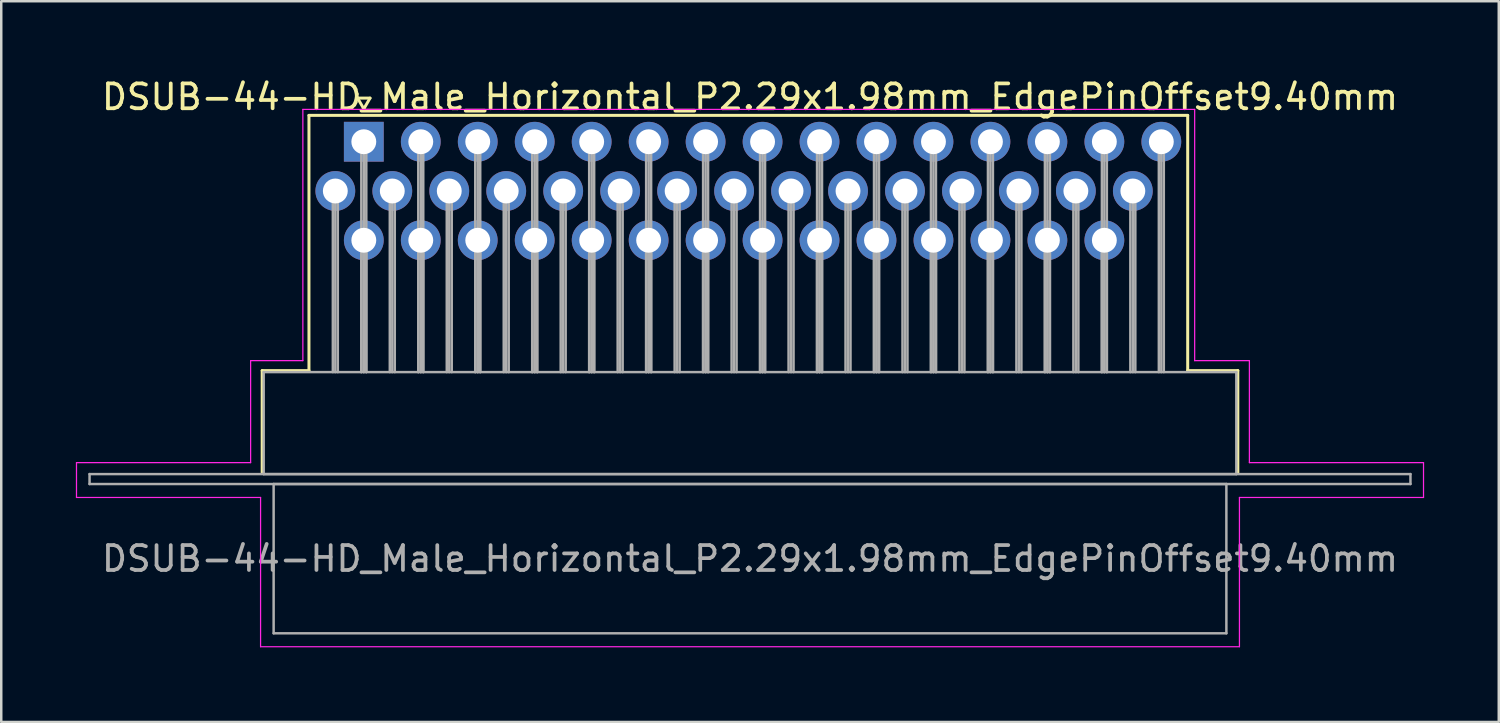
<source format=kicad_pcb>
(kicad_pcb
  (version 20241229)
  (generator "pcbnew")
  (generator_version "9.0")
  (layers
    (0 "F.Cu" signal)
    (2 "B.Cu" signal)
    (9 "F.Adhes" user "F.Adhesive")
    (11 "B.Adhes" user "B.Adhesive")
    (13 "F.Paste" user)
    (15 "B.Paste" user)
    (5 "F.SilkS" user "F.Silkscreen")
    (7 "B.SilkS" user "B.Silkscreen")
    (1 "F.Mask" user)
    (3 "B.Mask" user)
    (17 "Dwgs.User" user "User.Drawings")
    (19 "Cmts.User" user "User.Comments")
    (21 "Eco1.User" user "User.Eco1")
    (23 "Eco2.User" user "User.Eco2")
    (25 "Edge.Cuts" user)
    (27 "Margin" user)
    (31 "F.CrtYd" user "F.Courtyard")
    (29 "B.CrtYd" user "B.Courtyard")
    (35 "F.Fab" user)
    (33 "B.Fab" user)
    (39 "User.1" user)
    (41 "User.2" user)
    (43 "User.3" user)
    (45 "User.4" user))
  (footprint "DSUB-44-HD_Male_Horizontal_P2.29x1.98mm_EdgePinOffset9.40mm"
    (layer "F.Cu")
    (at 11.575 2.648)
    (property "Reference" "DSUB-44-HD_Male_Horizontal_P2.29x1.98mm_EdgePinOffset9.40mm" (at 15.525 -1.8 0) (layer "F.SilkS") (effects (font (size 1 1) (thickness 0.15))))
    (attr through_hole)
    (fp_line (start -4.085 9.2) (end -2.205 9.2) (stroke (width 0.12) (type solid)) (layer "F.SilkS"))
    (fp_line (start -4.085 13.3) (end -4.085 9.2) (stroke (width 0.12) (type solid)) (layer "F.SilkS"))
    (fp_line (start -2.205 -1.06) (end 33.12 -1.06) (stroke (width 0.12) (type solid)) (layer "F.SilkS"))
    (fp_line (start -2.205 9.2) (end -2.205 -1.06) (stroke (width 0.12) (type solid)) (layer "F.SilkS"))
    (fp_line (start -0.25 -1.754) (end 0.25 -1.754) (stroke (width 0.12) (type solid)) (layer "F.SilkS"))
    (fp_line (start 0 -1.321) (end -0.25 -1.754) (stroke (width 0.12) (type solid)) (layer "F.SilkS"))
    (fp_line (start 0.25 -1.754) (end 0 -1.321) (stroke (width 0.12) (type solid)) (layer "F.SilkS"))
    (fp_line (start 33.12 -1.06) (end 33.12 9.2) (stroke (width 0.12) (type solid)) (layer "F.SilkS"))
    (fp_line (start 33.12 9.2) (end 35.135 9.2) (stroke (width 0.12) (type solid)) (layer "F.SilkS"))
    (fp_line (start 35.135 9.2) (end 35.135 13.3) (stroke (width 0.12) (type solid)) (layer "F.SilkS"))
    (fp_line (start -11.55 12.9) (end -4.55 12.9) (stroke (width 0.05) (type solid)) (layer "F.CrtYd"))
    (fp_line (start -11.55 14.3) (end -11.55 12.9) (stroke (width 0.05) (type solid)) (layer "F.CrtYd"))
    (fp_line (start -4.55 8.8) (end -2.45 8.8) (stroke (width 0.05) (type solid)) (layer "F.CrtYd"))
    (fp_line (start -4.55 12.9) (end -4.55 8.8) (stroke (width 0.05) (type solid)) (layer "F.CrtYd"))
    (fp_line (start -4.15 14.3) (end -11.55 14.3) (stroke (width 0.05) (type solid)) (layer "F.CrtYd"))
    (fp_line (start -4.15 20.3) (end -4.15 14.3) (stroke (width 0.05) (type solid)) (layer "F.CrtYd"))
    (fp_line (start -2.45 -1.3) (end 33.4 -1.3) (stroke (width 0.05) (type solid)) (layer "F.CrtYd"))
    (fp_line (start -2.45 8.8) (end -2.45 -1.3) (stroke (width 0.05) (type solid)) (layer "F.CrtYd"))
    (fp_line (start 33.4 -1.3) (end 33.4 8.8) (stroke (width 0.05) (type solid)) (layer "F.CrtYd"))
    (fp_line (start 33.4 8.8) (end 35.6 8.8) (stroke (width 0.05) (type solid)) (layer "F.CrtYd"))
    (fp_line (start 35.2 14.3) (end 35.2 20.3) (stroke (width 0.05) (type solid)) (layer "F.CrtYd"))
    (fp_line (start 35.2 20.3) (end -4.15 20.3) (stroke (width 0.05) (type solid)) (layer "F.CrtYd"))
    (fp_line (start 35.6 8.8) (end 35.6 12.9) (stroke (width 0.05) (type solid)) (layer "F.CrtYd"))
    (fp_line (start 35.6 12.9) (end 42.6 12.9) (stroke (width 0.05) (type solid)) (layer "F.CrtYd"))
    (fp_line (start 42.6 12.9) (end 42.6 14.3) (stroke (width 0.05) (type solid)) (layer "F.CrtYd"))
    (fp_line (start 42.6 14.3) (end 35.2 14.3) (stroke (width 0.05) (type solid)) (layer "F.CrtYd"))
    (fp_line (start -11.025 13.36) (end -11.025 13.76) (stroke (width 0.1) (type solid)) (layer "F.Fab"))
    (fp_line (start -11.025 13.76) (end 42.075 13.76) (stroke (width 0.1) (type solid)) (layer "F.Fab"))
    (fp_line (start -4.025 9.26) (end -4.025 13.36) (stroke (width 0.1) (type solid)) (layer "F.Fab"))
    (fp_line (start -4.025 13.36) (end 35.075 13.36) (stroke (width 0.1) (type solid)) (layer "F.Fab"))
    (fp_line (start -3.625 13.76) (end -3.625 19.76) (stroke (width 0.1) (type solid)) (layer "F.Fab"))
    (fp_line (start -3.625 19.76) (end 34.675 19.76) (stroke (width 0.1) (type solid)) (layer "F.Fab"))
    (fp_line (start -1.245 1.98) (end -1.245 9.26) (stroke (width 0.1) (type solid)) (layer "F.Fab"))
    (fp_line (start -1.145 1.98) (end -1.145 9.26) (stroke (width 0.1) (type solid)) (layer "F.Fab"))
    (fp_line (start -1.045 1.98) (end -1.045 9.26) (stroke (width 0.1) (type solid)) (layer "F.Fab"))
    (fp_line (start -0.1 0) (end -0.1 9.26) (stroke (width 0.1) (type solid)) (layer "F.Fab"))
    (fp_line (start -0.1 3.96) (end -0.1 9.26) (stroke (width 0.1) (type solid)) (layer "F.Fab"))
    (fp_line (start 0 0) (end 0 9.26) (stroke (width 0.1) (type solid)) (layer "F.Fab"))
    (fp_line (start 0 3.96) (end 0 9.26) (stroke (width 0.1) (type solid)) (layer "F.Fab"))
    (fp_line (start 0.1 0) (end 0.1 9.26) (stroke (width 0.1) (type solid)) (layer "F.Fab"))
    (fp_line (start 0.1 3.96) (end 0.1 9.26) (stroke (width 0.1) (type solid)) (layer "F.Fab"))
    (fp_line (start 1.045 1.98) (end 1.045 9.26) (stroke (width 0.1) (type solid)) (layer "F.Fab"))
    (fp_line (start 1.145 1.98) (end 1.145 9.26) (stroke (width 0.1) (type solid)) (layer "F.Fab"))
    (fp_line (start 1.245 1.98) (end 1.245 9.26) (stroke (width 0.1) (type solid)) (layer "F.Fab"))
    (fp_line (start 2.19 0) (end 2.19 9.26) (stroke (width 0.1) (type solid)) (layer "F.Fab"))
    (fp_line (start 2.19 3.96) (end 2.19 9.26) (stroke (width 0.1) (type solid)) (layer "F.Fab"))
    (fp_line (start 2.29 0) (end 2.29 9.26) (stroke (width 0.1) (type solid)) (layer "F.Fab"))
    (fp_line (start 2.29 3.96) (end 2.29 9.26) (stroke (width 0.1) (type solid)) (layer "F.Fab"))
    (fp_line (start 2.39 0) (end 2.39 9.26) (stroke (width 0.1) (type solid)) (layer "F.Fab"))
    (fp_line (start 2.39 3.96) (end 2.39 9.26) (stroke (width 0.1) (type solid)) (layer "F.Fab"))
    (fp_line (start 3.335 1.98) (end 3.335 9.26) (stroke (width 0.1) (type solid)) (layer "F.Fab"))
    (fp_line (start 3.435 1.98) (end 3.435 9.26) (stroke (width 0.1) (type solid)) (layer "F.Fab"))
    (fp_line (start 3.535 1.98) (end 3.535 9.26) (stroke (width 0.1) (type solid)) (layer "F.Fab"))
    (fp_line (start 4.48 0) (end 4.48 9.26) (stroke (width 0.1) (type solid)) (layer "F.Fab"))
    (fp_line (start 4.48 3.96) (end 4.48 9.26) (stroke (width 0.1) (type solid)) (layer "F.Fab"))
    (fp_line (start 4.58 0) (end 4.58 9.26) (stroke (width 0.1) (type solid)) (layer "F.Fab"))
    (fp_line (start 4.58 3.96) (end 4.58 9.26) (stroke (width 0.1) (type solid)) (layer "F.Fab"))
    (fp_line (start 4.68 0) (end 4.68 9.26) (stroke (width 0.1) (type solid)) (layer "F.Fab"))
    (fp_line (start 4.68 3.96) (end 4.68 9.26) (stroke (width 0.1) (type solid)) (layer "F.Fab"))
    (fp_line (start 5.625 1.98) (end 5.625 9.26) (stroke (width 0.1) (type solid)) (layer "F.Fab"))
    (fp_line (start 5.725 1.98) (end 5.725 9.26) (stroke (width 0.1) (type solid)) (layer "F.Fab"))
    (fp_line (start 5.825 1.98) (end 5.825 9.26) (stroke (width 0.1) (type solid)) (layer "F.Fab"))
    (fp_line (start 6.77 0) (end 6.77 9.26) (stroke (width 0.1) (type solid)) (layer "F.Fab"))
    (fp_line (start 6.77 3.96) (end 6.77 9.26) (stroke (width 0.1) (type solid)) (layer "F.Fab"))
    (fp_line (start 6.87 0) (end 6.87 9.26) (stroke (width 0.1) (type solid)) (layer "F.Fab"))
    (fp_line (start 6.87 3.96) (end 6.87 9.26) (stroke (width 0.1) (type solid)) (layer "F.Fab"))
    (fp_line (start 6.97 0) (end 6.97 9.26) (stroke (width 0.1) (type solid)) (layer "F.Fab"))
    (fp_line (start 6.97 3.96) (end 6.97 9.26) (stroke (width 0.1) (type solid)) (layer "F.Fab"))
    (fp_line (start 7.915 1.98) (end 7.915 9.26) (stroke (width 0.1) (type solid)) (layer "F.Fab"))
    (fp_line (start 8.015 1.98) (end 8.015 9.26) (stroke (width 0.1) (type solid)) (layer "F.Fab"))
    (fp_line (start 8.115 1.98) (end 8.115 9.26) (stroke (width 0.1) (type solid)) (layer "F.Fab"))
    (fp_line (start 9.06 0) (end 9.06 9.26) (stroke (width 0.1) (type solid)) (layer "F.Fab"))
    (fp_line (start 9.06 3.96) (end 9.06 9.26) (stroke (width 0.1) (type solid)) (layer "F.Fab"))
    (fp_line (start 9.16 0) (end 9.16 9.26) (stroke (width 0.1) (type solid)) (layer "F.Fab"))
    (fp_line (start 9.16 3.96) (end 9.16 9.26) (stroke (width 0.1) (type solid)) (layer "F.Fab"))
    (fp_line (start 9.26 0) (end 9.26 9.26) (stroke (width 0.1) (type solid)) (layer "F.Fab"))
    (fp_line (start 9.26 3.96) (end 9.26 9.26) (stroke (width 0.1) (type solid)) (layer "F.Fab"))
    (fp_line (start 10.205 1.98) (end 10.205 9.26) (stroke (width 0.1) (type solid)) (layer "F.Fab"))
    (fp_line (start 10.305 1.98) (end 10.305 9.26) (stroke (width 0.1) (type solid)) (layer "F.Fab"))
    (fp_line (start 10.405 1.98) (end 10.405 9.26) (stroke (width 0.1) (type solid)) (layer "F.Fab"))
    (fp_line (start 11.35 0) (end 11.35 9.26) (stroke (width 0.1) (type solid)) (layer "F.Fab"))
    (fp_line (start 11.35 3.96) (end 11.35 9.26) (stroke (width 0.1) (type solid)) (layer "F.Fab"))
    (fp_line (start 11.45 0) (end 11.45 9.26) (stroke (width 0.1) (type solid)) (layer "F.Fab"))
    (fp_line (start 11.45 3.96) (end 11.45 9.26) (stroke (width 0.1) (type solid)) (layer "F.Fab"))
    (fp_line (start 11.55 0) (end 11.55 9.26) (stroke (width 0.1) (type solid)) (layer "F.Fab"))
    (fp_line (start 11.55 3.96) (end 11.55 9.26) (stroke (width 0.1) (type solid)) (layer "F.Fab"))
    (fp_line (start 12.495 1.98) (end 12.495 9.26) (stroke (width 0.1) (type solid)) (layer "F.Fab"))
    (fp_line (start 12.595 1.98) (end 12.595 9.26) (stroke (width 0.1) (type solid)) (layer "F.Fab"))
    (fp_line (start 12.695 1.98) (end 12.695 9.26) (stroke (width 0.1) (type solid)) (layer "F.Fab"))
    (fp_line (start 13.64 0) (end 13.64 9.26) (stroke (width 0.1) (type solid)) (layer "F.Fab"))
    (fp_line (start 13.64 3.96) (end 13.64 9.26) (stroke (width 0.1) (type solid)) (layer "F.Fab"))
    (fp_line (start 13.74 0) (end 13.74 9.26) (stroke (width 0.1) (type solid)) (layer "F.Fab"))
    (fp_line (start 13.74 3.96) (end 13.74 9.26) (stroke (width 0.1) (type solid)) (layer "F.Fab"))
    (fp_line (start 13.84 0) (end 13.84 9.26) (stroke (width 0.1) (type solid)) (layer "F.Fab"))
    (fp_line (start 13.84 3.96) (end 13.84 9.26) (stroke (width 0.1) (type solid)) (layer "F.Fab"))
    (fp_line (start 14.785 1.98) (end 14.785 9.26) (stroke (width 0.1) (type solid)) (layer "F.Fab"))
    (fp_line (start 14.885 1.98) (end 14.885 9.26) (stroke (width 0.1) (type solid)) (layer "F.Fab"))
    (fp_line (start 14.985 1.98) (end 14.985 9.26) (stroke (width 0.1) (type solid)) (layer "F.Fab"))
    (fp_line (start 15.93 0) (end 15.93 9.26) (stroke (width 0.1) (type solid)) (layer "F.Fab"))
    (fp_line (start 15.93 3.96) (end 15.93 9.26) (stroke (width 0.1) (type solid)) (layer "F.Fab"))
    (fp_line (start 16.03 0) (end 16.03 9.26) (stroke (width 0.1) (type solid)) (layer "F.Fab"))
    (fp_line (start 16.03 3.96) (end 16.03 9.26) (stroke (width 0.1) (type solid)) (layer "F.Fab"))
    (fp_line (start 16.13 0) (end 16.13 9.26) (stroke (width 0.1) (type solid)) (layer "F.Fab"))
    (fp_line (start 16.13 3.96) (end 16.13 9.26) (stroke (width 0.1) (type solid)) (layer "F.Fab"))
    (fp_line (start 17.075 1.98) (end 17.075 9.26) (stroke (width 0.1) (type solid)) (layer "F.Fab"))
    (fp_line (start 17.175 1.98) (end 17.175 9.26) (stroke (width 0.1) (type solid)) (layer "F.Fab"))
    (fp_line (start 17.275 1.98) (end 17.275 9.26) (stroke (width 0.1) (type solid)) (layer "F.Fab"))
    (fp_line (start 18.22 0) (end 18.22 9.26) (stroke (width 0.1) (type solid)) (layer "F.Fab"))
    (fp_line (start 18.22 3.96) (end 18.22 9.26) (stroke (width 0.1) (type solid)) (layer "F.Fab"))
    (fp_line (start 18.32 0) (end 18.32 9.26) (stroke (width 0.1) (type solid)) (layer "F.Fab"))
    (fp_line (start 18.32 3.96) (end 18.32 9.26) (stroke (width 0.1) (type solid)) (layer "F.Fab"))
    (fp_line (start 18.42 0) (end 18.42 9.26) (stroke (width 0.1) (type solid)) (layer "F.Fab"))
    (fp_line (start 18.42 3.96) (end 18.42 9.26) (stroke (width 0.1) (type solid)) (layer "F.Fab"))
    (fp_line (start 19.365 1.98) (end 19.365 9.26) (stroke (width 0.1) (type solid)) (layer "F.Fab"))
    (fp_line (start 19.465 1.98) (end 19.465 9.26) (stroke (width 0.1) (type solid)) (layer "F.Fab"))
    (fp_line (start 19.565 1.98) (end 19.565 9.26) (stroke (width 0.1) (type solid)) (layer "F.Fab"))
    (fp_line (start 20.51 0) (end 20.51 9.26) (stroke (width 0.1) (type solid)) (layer "F.Fab"))
    (fp_line (start 20.51 3.96) (end 20.51 9.26) (stroke (width 0.1) (type solid)) (layer "F.Fab"))
    (fp_line (start 20.61 0) (end 20.61 9.26) (stroke (width 0.1) (type solid)) (layer "F.Fab"))
    (fp_line (start 20.61 3.96) (end 20.61 9.26) (stroke (width 0.1) (type solid)) (layer "F.Fab"))
    (fp_line (start 20.71 0) (end 20.71 9.26) (stroke (width 0.1) (type solid)) (layer "F.Fab"))
    (fp_line (start 20.71 3.96) (end 20.71 9.26) (stroke (width 0.1) (type solid)) (layer "F.Fab"))
    (fp_line (start 21.655 1.98) (end 21.655 9.26) (stroke (width 0.1) (type solid)) (layer "F.Fab"))
    (fp_line (start 21.755 1.98) (end 21.755 9.26) (stroke (width 0.1) (type solid)) (layer "F.Fab"))
    (fp_line (start 21.855 1.98) (end 21.855 9.26) (stroke (width 0.1) (type solid)) (layer "F.Fab"))
    (fp_line (start 22.8 0) (end 22.8 9.26) (stroke (width 0.1) (type solid)) (layer "F.Fab"))
    (fp_line (start 22.8 3.96) (end 22.8 9.26) (stroke (width 0.1) (type solid)) (layer "F.Fab"))
    (fp_line (start 22.9 0) (end 22.9 9.26) (stroke (width 0.1) (type solid)) (layer "F.Fab"))
    (fp_line (start 22.9 3.96) (end 22.9 9.26) (stroke (width 0.1) (type solid)) (layer "F.Fab"))
    (fp_line (start 23 0) (end 23 9.26) (stroke (width 0.1) (type solid)) (layer "F.Fab"))
    (fp_line (start 23 3.96) (end 23 9.26) (stroke (width 0.1) (type solid)) (layer "F.Fab"))
    (fp_line (start 23.945 1.98) (end 23.945 9.26) (stroke (width 0.1) (type solid)) (layer "F.Fab"))
    (fp_line (start 24.045 1.98) (end 24.045 9.26) (stroke (width 0.1) (type solid)) (layer "F.Fab"))
    (fp_line (start 24.145 1.98) (end 24.145 9.26) (stroke (width 0.1) (type solid)) (layer "F.Fab"))
    (fp_line (start 25.09 0) (end 25.09 9.26) (stroke (width 0.1) (type solid)) (layer "F.Fab"))
    (fp_line (start 25.09 3.96) (end 25.09 9.26) (stroke (width 0.1) (type solid)) (layer "F.Fab"))
    (fp_line (start 25.19 0) (end 25.19 9.26) (stroke (width 0.1) (type solid)) (layer "F.Fab"))
    (fp_line (start 25.19 3.96) (end 25.19 9.26) (stroke (width 0.1) (type solid)) (layer "F.Fab"))
    (fp_line (start 25.29 0) (end 25.29 9.26) (stroke (width 0.1) (type solid)) (layer "F.Fab"))
    (fp_line (start 25.29 3.96) (end 25.29 9.26) (stroke (width 0.1) (type solid)) (layer "F.Fab"))
    (fp_line (start 26.235 1.98) (end 26.235 9.26) (stroke (width 0.1) (type solid)) (layer "F.Fab"))
    (fp_line (start 26.335 1.98) (end 26.335 9.26) (stroke (width 0.1) (type solid)) (layer "F.Fab"))
    (fp_line (start 26.435 1.98) (end 26.435 9.26) (stroke (width 0.1) (type solid)) (layer "F.Fab"))
    (fp_line (start 27.38 0) (end 27.38 9.26) (stroke (width 0.1) (type solid)) (layer "F.Fab"))
    (fp_line (start 27.38 3.96) (end 27.38 9.26) (stroke (width 0.1) (type solid)) (layer "F.Fab"))
    (fp_line (start 27.48 0) (end 27.48 9.26) (stroke (width 0.1) (type solid)) (layer "F.Fab"))
    (fp_line (start 27.48 3.96) (end 27.48 9.26) (stroke (width 0.1) (type solid)) (layer "F.Fab"))
    (fp_line (start 27.58 0) (end 27.58 9.26) (stroke (width 0.1) (type solid)) (layer "F.Fab"))
    (fp_line (start 27.58 3.96) (end 27.58 9.26) (stroke (width 0.1) (type solid)) (layer "F.Fab"))
    (fp_line (start 28.525 1.98) (end 28.525 9.26) (stroke (width 0.1) (type solid)) (layer "F.Fab"))
    (fp_line (start 28.625 1.98) (end 28.625 9.26) (stroke (width 0.1) (type solid)) (layer "F.Fab"))
    (fp_line (start 28.725 1.98) (end 28.725 9.26) (stroke (width 0.1) (type solid)) (layer "F.Fab"))
    (fp_line (start 29.67 0) (end 29.67 9.26) (stroke (width 0.1) (type solid)) (layer "F.Fab"))
    (fp_line (start 29.67 3.96) (end 29.67 9.26) (stroke (width 0.1) (type solid)) (layer "F.Fab"))
    (fp_line (start 29.77 0) (end 29.77 9.26) (stroke (width 0.1) (type solid)) (layer "F.Fab"))
    (fp_line (start 29.77 3.96) (end 29.77 9.26) (stroke (width 0.1) (type solid)) (layer "F.Fab"))
    (fp_line (start 29.87 0) (end 29.87 9.26) (stroke (width 0.1) (type solid)) (layer "F.Fab"))
    (fp_line (start 29.87 3.96) (end 29.87 9.26) (stroke (width 0.1) (type solid)) (layer "F.Fab"))
    (fp_line (start 30.815 1.98) (end 30.815 9.26) (stroke (width 0.1) (type solid)) (layer "F.Fab"))
    (fp_line (start 30.915 1.98) (end 30.915 9.26) (stroke (width 0.1) (type solid)) (layer "F.Fab"))
    (fp_line (start 31.015 1.98) (end 31.015 9.26) (stroke (width 0.1) (type solid)) (layer "F.Fab"))
    (fp_line (start 31.96 0) (end 31.96 9.26) (stroke (width 0.1) (type solid)) (layer "F.Fab"))
    (fp_line (start 32.06 0) (end 32.06 9.26) (stroke (width 0.1) (type solid)) (layer "F.Fab"))
    (fp_line (start 32.16 0) (end 32.16 9.26) (stroke (width 0.1) (type solid)) (layer "F.Fab"))
    (fp_line (start 34.675 13.76) (end -3.625 13.76) (stroke (width 0.1) (type solid)) (layer "F.Fab"))
    (fp_line (start 34.675 19.76) (end 34.675 13.76) (stroke (width 0.1) (type solid)) (layer "F.Fab"))
    (fp_line (start 35.075 9.26) (end -4.025 9.26) (stroke (width 0.1) (type solid)) (layer "F.Fab"))
    (fp_line (start 35.075 13.36) (end 35.075 9.26) (stroke (width 0.1) (type solid)) (layer "F.Fab"))
    (fp_line (start 42.075 13.36) (end -11.025 13.36) (stroke (width 0.1) (type solid)) (layer "F.Fab"))
    (fp_line (start 42.075 13.76) (end 42.075 13.36) (stroke (width 0.1) (type solid)) (layer "F.Fab"))
    (fp_text user "${REFERENCE}" (at 15.525 16.76 0) (layer "F.Fab") (effects (font (size 1 1) (thickness 0.15))))
    (pad "1" thru_hole rect (at 0 0) (size 1.6 1.6) (drill 1) (layers "*.Cu" "*.Mask"))
    (pad "2" thru_hole circle (at 2.29 0) (size 1.6 1.6) (drill 1) (layers "*.Cu" "*.Mask"))
    (pad "3" thru_hole circle (at 4.58 0) (size 1.6 1.6) (drill 1) (layers "*.Cu" "*.Mask"))
    (pad "4" thru_hole circle (at 6.87 0) (size 1.6 1.6) (drill 1) (layers "*.Cu" "*.Mask"))
    (pad "5" thru_hole circle (at 9.16 0) (size 1.6 1.6) (drill 1) (layers "*.Cu" "*.Mask"))
    (pad "6" thru_hole circle (at 11.45 0) (size 1.6 1.6) (drill 1) (layers "*.Cu" "*.Mask"))
    (pad "7" thru_hole circle (at 13.74 0) (size 1.6 1.6) (drill 1) (layers "*.Cu" "*.Mask"))
    (pad "8" thru_hole circle (at 16.03 0) (size 1.6 1.6) (drill 1) (layers "*.Cu" "*.Mask"))
    (pad "9" thru_hole circle (at 18.32 0) (size 1.6 1.6) (drill 1) (layers "*.Cu" "*.Mask"))
    (pad "10" thru_hole circle (at 20.61 0) (size 1.6 1.6) (drill 1) (layers "*.Cu" "*.Mask"))
    (pad "11" thru_hole circle (at 22.9 0) (size 1.6 1.6) (drill 1) (layers "*.Cu" "*.Mask"))
    (pad "12" thru_hole circle (at 25.19 0) (size 1.6 1.6) (drill 1) (layers "*.Cu" "*.Mask"))
    (pad "13" thru_hole circle (at 27.48 0) (size 1.6 1.6) (drill 1) (layers "*.Cu" "*.Mask"))
    (pad "14" thru_hole circle (at 29.77 0) (size 1.6 1.6) (drill 1) (layers "*.Cu" "*.Mask"))
    (pad "15" thru_hole circle (at 32.06 0) (size 1.6 1.6) (drill 1) (layers "*.Cu" "*.Mask"))
    (pad "16" thru_hole circle (at -1.145 1.98) (size 1.6 1.6) (drill 1) (layers "*.Cu" "*.Mask"))
    (pad "17" thru_hole circle (at 1.145 1.98) (size 1.6 1.6) (drill 1) (layers "*.Cu" "*.Mask"))
    (pad "18" thru_hole circle (at 3.435 1.98) (size 1.6 1.6) (drill 1) (layers "*.Cu" "*.Mask"))
    (pad "19" thru_hole circle (at 5.725 1.98) (size 1.6 1.6) (drill 1) (layers "*.Cu" "*.Mask"))
    (pad "20" thru_hole circle (at 8.015 1.98) (size 1.6 1.6) (drill 1) (layers "*.Cu" "*.Mask"))
    (pad "21" thru_hole circle (at 10.305 1.98) (size 1.6 1.6) (drill 1) (layers "*.Cu" "*.Mask"))
    (pad "22" thru_hole circle (at 12.595 1.98) (size 1.6 1.6) (drill 1) (layers "*.Cu" "*.Mask"))
    (pad "23" thru_hole circle (at 14.885 1.98) (size 1.6 1.6) (drill 1) (layers "*.Cu" "*.Mask"))
    (pad "24" thru_hole circle (at 17.175 1.98) (size 1.6 1.6) (drill 1) (layers "*.Cu" "*.Mask"))
    (pad "25" thru_hole circle (at 19.465 1.98) (size 1.6 1.6) (drill 1) (layers "*.Cu" "*.Mask"))
    (pad "26" thru_hole circle (at 21.755 1.98) (size 1.6 1.6) (drill 1) (layers "*.Cu" "*.Mask"))
    (pad "27" thru_hole circle (at 24.045 1.98) (size 1.6 1.6) (drill 1) (layers "*.Cu" "*.Mask"))
    (pad "28" thru_hole circle (at 26.335 1.98) (size 1.6 1.6) (drill 1) (layers "*.Cu" "*.Mask"))
    (pad "29" thru_hole circle (at 28.625 1.98) (size 1.6 1.6) (drill 1) (layers "*.Cu" "*.Mask"))
    (pad "30" thru_hole circle (at 30.915 1.98) (size 1.6 1.6) (drill 1) (layers "*.Cu" "*.Mask"))
    (pad "31" thru_hole circle (at 0 3.96) (size 1.6 1.6) (drill 1) (layers "*.Cu" "*.Mask"))
    (pad "32" thru_hole circle (at 2.29 3.96) (size 1.6 1.6) (drill 1) (layers "*.Cu" "*.Mask"))
    (pad "33" thru_hole circle (at 4.58 3.96) (size 1.6 1.6) (drill 1) (layers "*.Cu" "*.Mask"))
    (pad "34" thru_hole circle (at 6.87 3.96) (size 1.6 1.6) (drill 1) (layers "*.Cu" "*.Mask"))
    (pad "35" thru_hole circle (at 9.16 3.96) (size 1.6 1.6) (drill 1) (layers "*.Cu" "*.Mask"))
    (pad "36" thru_hole circle (at 11.45 3.96) (size 1.6 1.6) (drill 1) (layers "*.Cu" "*.Mask"))
    (pad "37" thru_hole circle (at 13.74 3.96) (size 1.6 1.6) (drill 1) (layers "*.Cu" "*.Mask"))
    (pad "38" thru_hole circle (at 16.03 3.96) (size 1.6 1.6) (drill 1) (layers "*.Cu" "*.Mask"))
    (pad "39" thru_hole circle (at 18.32 3.96) (size 1.6 1.6) (drill 1) (layers "*.Cu" "*.Mask"))
    (pad "40" thru_hole circle (at 20.61 3.96) (size 1.6 1.6) (drill 1) (layers "*.Cu" "*.Mask"))
    (pad "41" thru_hole circle (at 22.9 3.96) (size 1.6 1.6) (drill 1) (layers "*.Cu" "*.Mask"))
    (pad "42" thru_hole circle (at 25.19 3.96) (size 1.6 1.6) (drill 1) (layers "*.Cu" "*.Mask"))
    (pad "43" thru_hole circle (at 27.48 3.96) (size 1.6 1.6) (drill 1) (layers "*.Cu" "*.Mask"))
    (pad "44" thru_hole circle (at 29.77 3.96) (size 1.6 1.6) (drill 1) (layers "*.Cu" "*.Mask")))
  (gr_rect
    (start -3 -3)
    (end 57.2 25.973)
    (stroke (width 0.1) (type default))
    (fill no)
    (layer "Edge.Cuts")))
</source>
